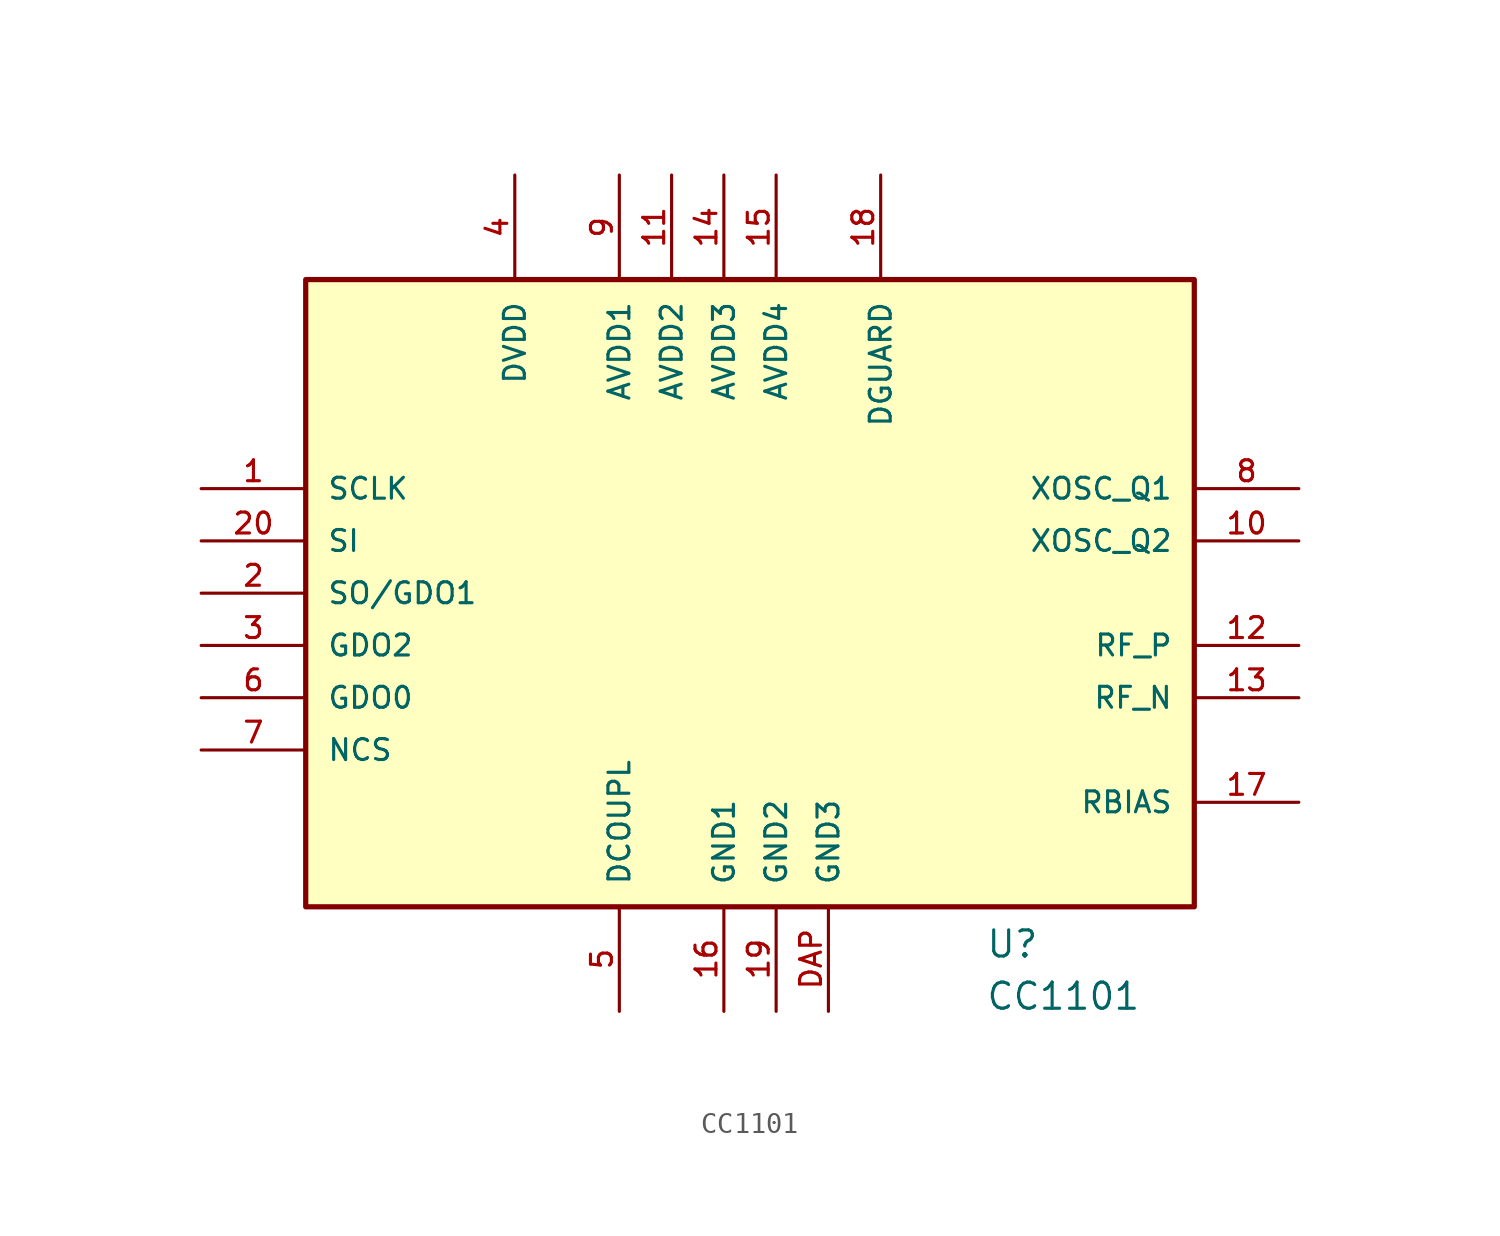
<source format=kicad_sym>
(kicad_symbol_lib
  (version 20211014)
  (generator kicad_symbol_editor)
  (symbol "CC1101"
    (pin_names
      (offset 1.016))
    (property "Reference" "U"
      (at 12.71 -17.794 0)
      (effects (font (size 1.27 1.27)) (justify bottom left)))
    (property "Value" "CC1101"
      (at 12.707 -20.331 0)
      (effects (font (size 1.27 1.27)) (justify bottom left)))
    (symbol "CC1101_0_0"
      (rectangle (start -20.32 -15.24) (end 22.86 15.24) (stroke (width 0.254)) (fill (type background)))
      (pin bidirectional line (at -5.08 -20.32 90.0) (length 5.08) (name "DCOUPL" (effects (font (size 1.016 1.016)))) (number "5" (effects (font (size 1.016 1.016)))))
      (pin bidirectional line (at 0.0 -20.32 90.0) (length 5.08) (name "GND1" (effects (font (size 1.016 1.016)))) (number "16" (effects (font (size 1.016 1.016)))))
      (pin bidirectional line (at 2.54 -20.32 90.0) (length 5.08) (name "GND2" (effects (font (size 1.016 1.016)))) (number "19" (effects (font (size 1.016 1.016)))))
      (pin bidirectional line (at 5.08 -20.32 90.0) (length 5.08) (name "GND3" (effects (font (size 1.016 1.016)))) (number "DAP" (effects (font (size 1.016 1.016)))))
      (pin bidirectional line (at -25.4 5.08 0) (length 5.08) (name "SCLK" (effects (font (size 1.016 1.016)))) (number "1" (effects (font (size 1.016 1.016)))))
      (pin bidirectional line (at -25.4 2.54 0) (length 5.08) (name "SI" (effects (font (size 1.016 1.016)))) (number "20" (effects (font (size 1.016 1.016)))))
      (pin bidirectional line (at -25.4 0.0 0) (length 5.08) (name "SO/GDO1" (effects (font (size 1.016 1.016)))) (number "2" (effects (font (size 1.016 1.016)))))
      (pin bidirectional line (at -25.4 -2.54 0) (length 5.08) (name "GDO2" (effects (font (size 1.016 1.016)))) (number "3" (effects (font (size 1.016 1.016)))))
      (pin bidirectional line (at -25.4 -5.08 0) (length 5.08) (name "GDO0" (effects (font (size 1.016 1.016)))) (number "6" (effects (font (size 1.016 1.016)))))
      (pin bidirectional line (at -25.4 -7.62 0) (length 5.08) (name "NCS" (effects (font (size 1.016 1.016)))) (number "7" (effects (font (size 1.016 1.016)))))
      (pin bidirectional line (at -10.16 20.32 270.0) (length 5.08) (name "DVDD" (effects (font (size 1.016 1.016)))) (number "4" (effects (font (size 1.016 1.016)))))
      (pin bidirectional line (at -5.08 20.32 270.0) (length 5.08) (name "AVDD1" (effects (font (size 1.016 1.016)))) (number "9" (effects (font (size 1.016 1.016)))))
      (pin bidirectional line (at -2.54 20.32 270.0) (length 5.08) (name "AVDD2" (effects (font (size 1.016 1.016)))) (number "11" (effects (font (size 1.016 1.016)))))
      (pin bidirectional line (at 0.0 20.32 270.0) (length 5.08) (name "AVDD3" (effects (font (size 1.016 1.016)))) (number "14" (effects (font (size 1.016 1.016)))))
      (pin bidirectional line (at 2.54 20.32 270.0) (length 5.08) (name "AVDD4" (effects (font (size 1.016 1.016)))) (number "15" (effects (font (size 1.016 1.016)))))
      (pin bidirectional line (at 7.62 20.32 270.0) (length 5.08) (name "DGUARD" (effects (font (size 1.016 1.016)))) (number "18" (effects (font (size 1.016 1.016)))))
      (pin bidirectional line (at 27.94 5.08 180.0) (length 5.08) (name "XOSC_Q1" (effects (font (size 1.016 1.016)))) (number "8" (effects (font (size 1.016 1.016)))))
      (pin bidirectional line (at 27.94 2.54 180.0) (length 5.08) (name "XOSC_Q2" (effects (font (size 1.016 1.016)))) (number "10" (effects (font (size 1.016 1.016)))))
      (pin bidirectional line (at 27.94 -2.54 180.0) (length 5.08) (name "RF_P" (effects (font (size 1.016 1.016)))) (number "12" (effects (font (size 1.016 1.016)))))
      (pin bidirectional line (at 27.94 -5.08 180.0) (length 5.08) (name "RF_N" (effects (font (size 1.016 1.016)))) (number "13" (effects (font (size 1.016 1.016)))))
      (pin bidirectional line (at 27.94 -10.16 180.0) (length 5.08) (name "RBIAS" (effects (font (size 1.016 1.016)))) (number "17" (effects (font (size 1.016 1.016))))))))
</source>
